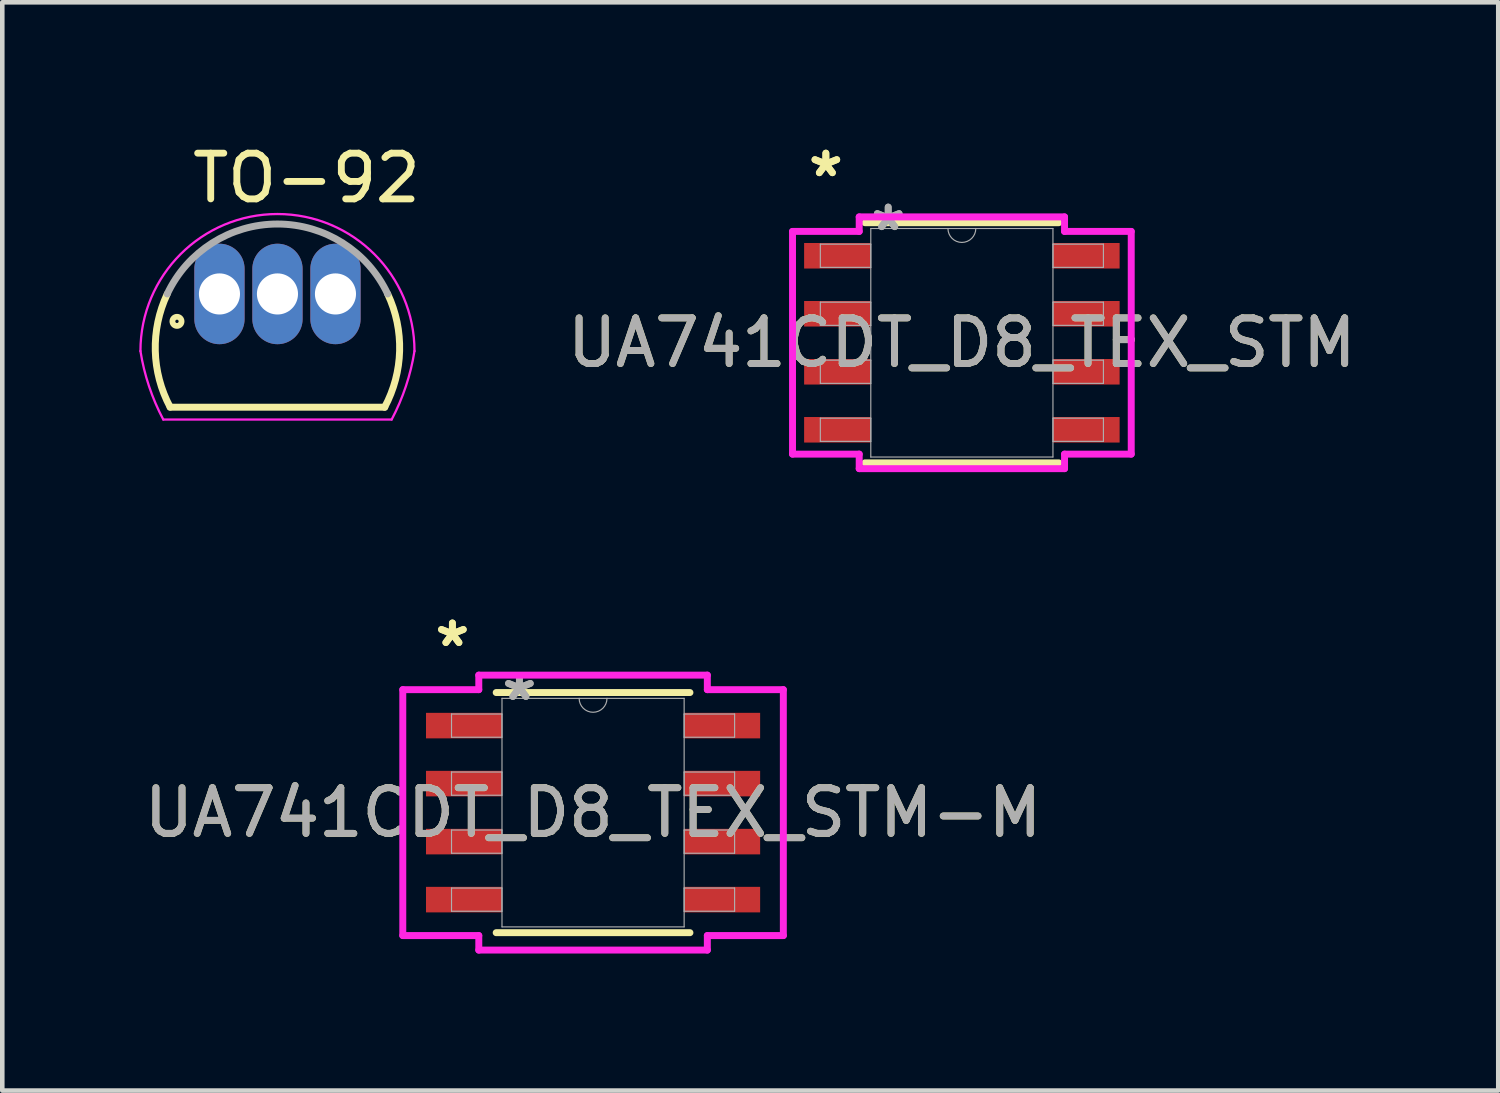
<source format=kicad_pcb>
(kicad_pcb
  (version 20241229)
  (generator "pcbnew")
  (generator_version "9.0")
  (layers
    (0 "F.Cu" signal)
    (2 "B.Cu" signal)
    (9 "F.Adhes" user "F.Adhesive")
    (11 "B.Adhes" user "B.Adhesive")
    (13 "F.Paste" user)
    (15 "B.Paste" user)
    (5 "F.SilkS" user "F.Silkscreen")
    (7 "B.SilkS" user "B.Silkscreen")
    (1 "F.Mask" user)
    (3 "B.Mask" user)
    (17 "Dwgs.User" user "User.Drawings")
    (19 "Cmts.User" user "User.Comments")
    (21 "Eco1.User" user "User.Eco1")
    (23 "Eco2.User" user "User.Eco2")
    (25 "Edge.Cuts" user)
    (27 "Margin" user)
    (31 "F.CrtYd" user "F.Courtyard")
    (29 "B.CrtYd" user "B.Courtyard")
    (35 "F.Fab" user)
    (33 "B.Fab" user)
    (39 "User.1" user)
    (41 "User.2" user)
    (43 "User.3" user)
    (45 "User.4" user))
  (footprint "TO-92"
    (layer "F.Cu")
    (at 3.025 3.386)
    (property "Reference" "TO-92" (at 0.636 -2.537 0) (layer "F.SilkS") (effects (font (size 1.001 1.001) (thickness 0.15))))
    (attr through_hole)
    (fp_line (start -2.35 2.48) (end 2.35 2.48) (stroke (width 0.152) (type solid)) (layer "F.SilkS"))
    (fp_arc (start -2.34967 2.47792) (mid -2.675039 1.246466) (end -2.413 0) (stroke (width 0.1524) (type solid)) (layer "F.SilkS"))
    (fp_arc (start 2.413 0) (mid 2.674624 1.248315) (end 2.34653 2.48083) (stroke (width 0.1524) (type solid)) (layer "F.SilkS"))
    (fp_circle (center -2.2 0.6) (end -2.1 0.6) (stroke (width 0.127) (type solid)) (fill no) (layer "F.SilkS"))
    (fp_line (start -2.5 2.75) (end 2.5 2.75) (stroke (width 0.05) (type solid)) (layer "F.CrtYd"))
    (fp_arc (start -3 1.25) (mid 0 -1.75) (end 3 1.25) (stroke (width 0.05) (type solid)) (layer "F.CrtYd"))
    (fp_arc (start -2.5 2.75) (mid -2.812072 2.020691) (end -3 1.25) (stroke (width 0.05) (type solid)) (layer "F.CrtYd"))
    (fp_arc (start 3 1.25) (mid 2.812072 2.020691) (end 2.5 2.75) (stroke (width 0.05) (type solid)) (layer "F.CrtYd"))
    (fp_arc (start -2.413 0) (mid 0 -1.531085) (end 2.413 0) (stroke (width 0.1524) (type solid)) (layer "F.Fab"))
    (pad "1" thru_hole oval (at -1.27 0) (size 1.1 2.2) (drill 0.9) (layers "*.Cu" "*.Mask"))
    (pad "2" thru_hole oval (at 0 0) (size 1.1 2.2) (drill 0.9) (layers "*.Cu" "*.Mask"))
    (pad "3" thru_hole oval (at 1.27 0) (size 1.1 2.2) (drill 0.9) (layers "*.Cu" "*.Mask")))
  (footprint "UA741CDT_D8_TEX_STM-M"
    (layer "F.Cu")
    (at 9.935 14.742)
    (property "Reference" "UA741CDT_D8_TEX_STM-M" (at 0 0 0) (unlocked yes) (layer "F.SilkS") (effects (font (size 1 1) (thickness 0.15))))
    (attr smd)
    (fp_line (start -2.121 2.629) (end 2.121 2.629) (stroke (width 0.152) (type solid)) (layer "F.SilkS"))
    (fp_line (start 2.121 -2.629) (end -2.121 -2.629) (stroke (width 0.152) (type solid)) (layer "F.SilkS"))
    (fp_line (start -4.166 -2.692) (end -2.502 -2.692) (stroke (width 0.152) (type solid)) (layer "F.CrtYd"))
    (fp_line (start -4.166 2.692) (end -4.166 -2.692) (stroke (width 0.152) (type solid)) (layer "F.CrtYd"))
    (fp_line (start -4.166 2.692) (end -2.502 2.692) (stroke (width 0.152) (type solid)) (layer "F.CrtYd"))
    (fp_line (start -2.502 -3.01) (end 2.502 -3.01) (stroke (width 0.152) (type solid)) (layer "F.CrtYd"))
    (fp_line (start -2.502 -2.692) (end -2.502 -3.01) (stroke (width 0.152) (type solid)) (layer "F.CrtYd"))
    (fp_line (start -2.502 3.01) (end -2.502 2.692) (stroke (width 0.152) (type solid)) (layer "F.CrtYd"))
    (fp_line (start 2.502 -3.01) (end 2.502 -2.692) (stroke (width 0.152) (type solid)) (layer "F.CrtYd"))
    (fp_line (start 2.502 2.692) (end 2.502 3.01) (stroke (width 0.152) (type solid)) (layer "F.CrtYd"))
    (fp_line (start 2.502 3.01) (end -2.502 3.01) (stroke (width 0.152) (type solid)) (layer "F.CrtYd"))
    (fp_line (start 4.166 -2.692) (end 2.502 -2.692) (stroke (width 0.152) (type solid)) (layer "F.CrtYd"))
    (fp_line (start 4.166 -2.692) (end 4.166 2.692) (stroke (width 0.152) (type solid)) (layer "F.CrtYd"))
    (fp_line (start 4.166 2.692) (end 2.502 2.692) (stroke (width 0.152) (type solid)) (layer "F.CrtYd"))
    (fp_line (start -3.099 -2.159) (end -3.099 -1.651) (stroke (width 0.025) (type solid)) (layer "F.Fab"))
    (fp_line (start -3.099 -1.651) (end -1.994 -1.651) (stroke (width 0.025) (type solid)) (layer "F.Fab"))
    (fp_line (start -3.099 -0.889) (end -3.099 -0.381) (stroke (width 0.025) (type solid)) (layer "F.Fab"))
    (fp_line (start -3.099 -0.381) (end -1.994 -0.381) (stroke (width 0.025) (type solid)) (layer "F.Fab"))
    (fp_line (start -3.099 0.381) (end -3.099 0.889) (stroke (width 0.025) (type solid)) (layer "F.Fab"))
    (fp_line (start -3.099 0.889) (end -1.994 0.889) (stroke (width 0.025) (type solid)) (layer "F.Fab"))
    (fp_line (start -3.099 1.651) (end -3.099 2.159) (stroke (width 0.025) (type solid)) (layer "F.Fab"))
    (fp_line (start -3.099 2.159) (end -1.994 2.159) (stroke (width 0.025) (type solid)) (layer "F.Fab"))
    (fp_line (start -1.994 -2.502) (end -1.994 2.502) (stroke (width 0.025) (type solid)) (layer "F.Fab"))
    (fp_line (start -1.994 -2.159) (end -3.099 -2.159) (stroke (width 0.025) (type solid)) (layer "F.Fab"))
    (fp_line (start -1.994 -1.651) (end -1.994 -2.159) (stroke (width 0.025) (type solid)) (layer "F.Fab"))
    (fp_line (start -1.994 -0.889) (end -3.099 -0.889) (stroke (width 0.025) (type solid)) (layer "F.Fab"))
    (fp_line (start -1.994 -0.381) (end -1.994 -0.889) (stroke (width 0.025) (type solid)) (layer "F.Fab"))
    (fp_line (start -1.994 0.381) (end -3.099 0.381) (stroke (width 0.025) (type solid)) (layer "F.Fab"))
    (fp_line (start -1.994 0.889) (end -1.994 0.381) (stroke (width 0.025) (type solid)) (layer "F.Fab"))
    (fp_line (start -1.994 1.651) (end -3.099 1.651) (stroke (width 0.025) (type solid)) (layer "F.Fab"))
    (fp_line (start -1.994 2.159) (end -1.994 1.651) (stroke (width 0.025) (type solid)) (layer "F.Fab"))
    (fp_line (start -1.994 2.502) (end 1.994 2.502) (stroke (width 0.025) (type solid)) (layer "F.Fab"))
    (fp_line (start 1.994 -2.502) (end -1.994 -2.502) (stroke (width 0.025) (type solid)) (layer "F.Fab"))
    (fp_line (start 1.994 -2.159) (end 1.994 -1.651) (stroke (width 0.025) (type solid)) (layer "F.Fab"))
    (fp_line (start 1.994 -1.651) (end 3.099 -1.651) (stroke (width 0.025) (type solid)) (layer "F.Fab"))
    (fp_line (start 1.994 -0.889) (end 1.994 -0.381) (stroke (width 0.025) (type solid)) (layer "F.Fab"))
    (fp_line (start 1.994 -0.381) (end 3.099 -0.381) (stroke (width 0.025) (type solid)) (layer "F.Fab"))
    (fp_line (start 1.994 0.381) (end 1.994 0.889) (stroke (width 0.025) (type solid)) (layer "F.Fab"))
    (fp_line (start 1.994 0.889) (end 3.099 0.889) (stroke (width 0.025) (type solid)) (layer "F.Fab"))
    (fp_line (start 1.994 1.651) (end 1.994 2.159) (stroke (width 0.025) (type solid)) (layer "F.Fab"))
    (fp_line (start 1.994 2.159) (end 3.099 2.159) (stroke (width 0.025) (type solid)) (layer "F.Fab"))
    (fp_line (start 1.994 2.502) (end 1.994 -2.502) (stroke (width 0.025) (type solid)) (layer "F.Fab"))
    (fp_line (start 3.099 -2.159) (end 1.994 -2.159) (stroke (width 0.025) (type solid)) (layer "F.Fab"))
    (fp_line (start 3.099 -1.651) (end 3.099 -2.159) (stroke (width 0.025) (type solid)) (layer "F.Fab"))
    (fp_line (start 3.099 -0.889) (end 1.994 -0.889) (stroke (width 0.025) (type solid)) (layer "F.Fab"))
    (fp_line (start 3.099 -0.381) (end 3.099 -0.889) (stroke (width 0.025) (type solid)) (layer "F.Fab"))
    (fp_line (start 3.099 0.381) (end 1.994 0.381) (stroke (width 0.025) (type solid)) (layer "F.Fab"))
    (fp_line (start 3.099 0.889) (end 3.099 0.381) (stroke (width 0.025) (type solid)) (layer "F.Fab"))
    (fp_line (start 3.099 1.651) (end 1.994 1.651) (stroke (width 0.025) (type solid)) (layer "F.Fab"))
    (fp_line (start 3.099 2.159) (end 3.099 1.651) (stroke (width 0.025) (type solid)) (layer "F.Fab"))
    (fp_arc (start 0.3048 -2.5019) (mid 0 -2.1971) (end -0.3048 -2.5019) (stroke (width 0.0254) (type solid)) (layer "F.Fab"))
    (fp_text user "*" (at -3.08 -3.607 0) (layer "F.SilkS") (effects (font (size 1 1) (thickness 0.15))))
    (fp_text user "*" (at -3.08 -3.607 0) (unlocked yes) (layer "F.SilkS") (effects (font (size 1 1) (thickness 0.15))))
    (fp_text user "*" (at -1.613 -2.426 0) (layer "F.Fab") (effects (font (size 1 1) (thickness 0.15))))
    (fp_text user "${REFERENCE}" (at 0 0 0) (unlocked yes) (layer "F.Fab") (effects (font (size 1 1) (thickness 0.15))))
    (fp_text user "*" (at -1.613 -2.426 0) (unlocked yes) (layer "F.Fab") (effects (font (size 1 1) (thickness 0.15))))
    (pad "1" smd rect (at -2.826 -1.905) (size 1.664 0.559) (layers "F.Cu" "F.Mask" "F.Paste"))
    (pad "2" smd rect (at -2.826 -0.635) (size 1.664 0.559) (layers "F.Cu" "F.Mask" "F.Paste"))
    (pad "3" smd rect (at -2.826 0.635) (size 1.664 0.559) (layers "F.Cu" "F.Mask" "F.Paste"))
    (pad "4" smd rect (at -2.826 1.905) (size 1.664 0.559) (layers "F.Cu" "F.Mask" "F.Paste"))
    (pad "5" smd rect (at 2.826 1.905) (size 1.664 0.559) (layers "F.Cu" "F.Mask" "F.Paste"))
    (pad "6" smd rect (at 2.826 0.635) (size 1.664 0.559) (layers "F.Cu" "F.Mask" "F.Paste"))
    (pad "7" smd rect (at 2.826 -0.635) (size 1.664 0.559) (layers "F.Cu" "F.Mask" "F.Paste"))
    (pad "8" smd rect (at 2.826 -1.905) (size 1.664 0.559) (layers "F.Cu" "F.Mask" "F.Paste")))
  (footprint "UA741CDT_D8_TEX_STM"
    (layer "F.Cu")
    (at 18.01 4.455)
    (property "Reference" "UA741CDT_D8_TEX_STM" (at 0 0 0) (unlocked yes) (layer "F.SilkS") (effects (font (size 1 1) (thickness 0.15))))
    (attr smd)
    (fp_line (start -2.121 2.629) (end 2.121 2.629) (stroke (width 0.152) (type solid)) (layer "F.SilkS"))
    (fp_line (start 2.121 -2.629) (end -2.121 -2.629) (stroke (width 0.152) (type solid)) (layer "F.SilkS"))
    (fp_line (start -3.708 -2.438) (end -2.248 -2.438) (stroke (width 0.152) (type solid)) (layer "F.CrtYd"))
    (fp_line (start -3.708 2.438) (end -3.708 -2.438) (stroke (width 0.152) (type solid)) (layer "F.CrtYd"))
    (fp_line (start -3.708 2.438) (end -2.248 2.438) (stroke (width 0.152) (type solid)) (layer "F.CrtYd"))
    (fp_line (start -2.248 -2.756) (end 2.248 -2.756) (stroke (width 0.152) (type solid)) (layer "F.CrtYd"))
    (fp_line (start -2.248 -2.438) (end -2.248 -2.756) (stroke (width 0.152) (type solid)) (layer "F.CrtYd"))
    (fp_line (start -2.248 2.756) (end -2.248 2.438) (stroke (width 0.152) (type solid)) (layer "F.CrtYd"))
    (fp_line (start 2.248 -2.756) (end 2.248 -2.438) (stroke (width 0.152) (type solid)) (layer "F.CrtYd"))
    (fp_line (start 2.248 2.438) (end 2.248 2.756) (stroke (width 0.152) (type solid)) (layer "F.CrtYd"))
    (fp_line (start 2.248 2.756) (end -2.248 2.756) (stroke (width 0.152) (type solid)) (layer "F.CrtYd"))
    (fp_line (start 3.708 -2.438) (end 2.248 -2.438) (stroke (width 0.152) (type solid)) (layer "F.CrtYd"))
    (fp_line (start 3.708 -2.438) (end 3.708 2.438) (stroke (width 0.152) (type solid)) (layer "F.CrtYd"))
    (fp_line (start 3.708 2.438) (end 2.248 2.438) (stroke (width 0.152) (type solid)) (layer "F.CrtYd"))
    (fp_line (start -3.099 -2.159) (end -3.099 -1.651) (stroke (width 0.025) (type solid)) (layer "F.Fab"))
    (fp_line (start -3.099 -1.651) (end -1.994 -1.651) (stroke (width 0.025) (type solid)) (layer "F.Fab"))
    (fp_line (start -3.099 -0.889) (end -3.099 -0.381) (stroke (width 0.025) (type solid)) (layer "F.Fab"))
    (fp_line (start -3.099 -0.381) (end -1.994 -0.381) (stroke (width 0.025) (type solid)) (layer "F.Fab"))
    (fp_line (start -3.099 0.381) (end -3.099 0.889) (stroke (width 0.025) (type solid)) (layer "F.Fab"))
    (fp_line (start -3.099 0.889) (end -1.994 0.889) (stroke (width 0.025) (type solid)) (layer "F.Fab"))
    (fp_line (start -3.099 1.651) (end -3.099 2.159) (stroke (width 0.025) (type solid)) (layer "F.Fab"))
    (fp_line (start -3.099 2.159) (end -1.994 2.159) (stroke (width 0.025) (type solid)) (layer "F.Fab"))
    (fp_line (start -1.994 -2.502) (end -1.994 2.502) (stroke (width 0.025) (type solid)) (layer "F.Fab"))
    (fp_line (start -1.994 -2.159) (end -3.099 -2.159) (stroke (width 0.025) (type solid)) (layer "F.Fab"))
    (fp_line (start -1.994 -1.651) (end -1.994 -2.159) (stroke (width 0.025) (type solid)) (layer "F.Fab"))
    (fp_line (start -1.994 -0.889) (end -3.099 -0.889) (stroke (width 0.025) (type solid)) (layer "F.Fab"))
    (fp_line (start -1.994 -0.381) (end -1.994 -0.889) (stroke (width 0.025) (type solid)) (layer "F.Fab"))
    (fp_line (start -1.994 0.381) (end -3.099 0.381) (stroke (width 0.025) (type solid)) (layer "F.Fab"))
    (fp_line (start -1.994 0.889) (end -1.994 0.381) (stroke (width 0.025) (type solid)) (layer "F.Fab"))
    (fp_line (start -1.994 1.651) (end -3.099 1.651) (stroke (width 0.025) (type solid)) (layer "F.Fab"))
    (fp_line (start -1.994 2.159) (end -1.994 1.651) (stroke (width 0.025) (type solid)) (layer "F.Fab"))
    (fp_line (start -1.994 2.502) (end 1.994 2.502) (stroke (width 0.025) (type solid)) (layer "F.Fab"))
    (fp_line (start 1.994 -2.502) (end -1.994 -2.502) (stroke (width 0.025) (type solid)) (layer "F.Fab"))
    (fp_line (start 1.994 -2.159) (end 1.994 -1.651) (stroke (width 0.025) (type solid)) (layer "F.Fab"))
    (fp_line (start 1.994 -1.651) (end 3.099 -1.651) (stroke (width 0.025) (type solid)) (layer "F.Fab"))
    (fp_line (start 1.994 -0.889) (end 1.994 -0.381) (stroke (width 0.025) (type solid)) (layer "F.Fab"))
    (fp_line (start 1.994 -0.381) (end 3.099 -0.381) (stroke (width 0.025) (type solid)) (layer "F.Fab"))
    (fp_line (start 1.994 0.381) (end 1.994 0.889) (stroke (width 0.025) (type solid)) (layer "F.Fab"))
    (fp_line (start 1.994 0.889) (end 3.099 0.889) (stroke (width 0.025) (type solid)) (layer "F.Fab"))
    (fp_line (start 1.994 1.651) (end 1.994 2.159) (stroke (width 0.025) (type solid)) (layer "F.Fab"))
    (fp_line (start 1.994 2.159) (end 3.099 2.159) (stroke (width 0.025) (type solid)) (layer "F.Fab"))
    (fp_line (start 1.994 2.502) (end 1.994 -2.502) (stroke (width 0.025) (type solid)) (layer "F.Fab"))
    (fp_line (start 3.099 -2.159) (end 1.994 -2.159) (stroke (width 0.025) (type solid)) (layer "F.Fab"))
    (fp_line (start 3.099 -1.651) (end 3.099 -2.159) (stroke (width 0.025) (type solid)) (layer "F.Fab"))
    (fp_line (start 3.099 -0.889) (end 1.994 -0.889) (stroke (width 0.025) (type solid)) (layer "F.Fab"))
    (fp_line (start 3.099 -0.381) (end 3.099 -0.889) (stroke (width 0.025) (type solid)) (layer "F.Fab"))
    (fp_line (start 3.099 0.381) (end 1.994 0.381) (stroke (width 0.025) (type solid)) (layer "F.Fab"))
    (fp_line (start 3.099 0.889) (end 3.099 0.381) (stroke (width 0.025) (type solid)) (layer "F.Fab"))
    (fp_line (start 3.099 1.651) (end 1.994 1.651) (stroke (width 0.025) (type solid)) (layer "F.Fab"))
    (fp_line (start 3.099 2.159) (end 3.099 1.651) (stroke (width 0.025) (type solid)) (layer "F.Fab"))
    (fp_arc (start 0.3048 -2.5019) (mid 0 -2.1971) (end -0.3048 -2.5019) (stroke (width 0.0254) (type solid)) (layer "F.Fab"))
    (fp_text user "*" (at -2.978 -3.607 0) (layer "F.SilkS") (effects (font (size 1 1) (thickness 0.15))))
    (fp_text user "*" (at -2.978 -3.607 0) (unlocked yes) (layer "F.SilkS") (effects (font (size 1 1) (thickness 0.15))))
    (fp_text user "${REFERENCE}" (at 0 0 0) (unlocked yes) (layer "F.Fab") (effects (font (size 1 1) (thickness 0.15))))
    (fp_text user "*" (at -1.613 -2.426 0) (layer "F.Fab") (effects (font (size 1 1) (thickness 0.15))))
    (fp_text user "*" (at -1.613 -2.426 0) (unlocked yes) (layer "F.Fab") (effects (font (size 1 1) (thickness 0.15))))
    (pad "1" smd rect (at -2.724 -1.905) (size 1.46 0.559) (layers "F.Cu" "F.Mask" "F.Paste"))
    (pad "2" smd rect (at -2.724 -0.635) (size 1.46 0.559) (layers "F.Cu" "F.Mask" "F.Paste"))
    (pad "3" smd rect (at -2.724 0.635) (size 1.46 0.559) (layers "F.Cu" "F.Mask" "F.Paste"))
    (pad "4" smd rect (at -2.724 1.905) (size 1.46 0.559) (layers "F.Cu" "F.Mask" "F.Paste"))
    (pad "5" smd rect (at 2.724 1.905) (size 1.46 0.559) (layers "F.Cu" "F.Mask" "F.Paste"))
    (pad "6" smd rect (at 2.724 0.635) (size 1.46 0.559) (layers "F.Cu" "F.Mask" "F.Paste"))
    (pad "7" smd rect (at 2.724 -0.635) (size 1.46 0.559) (layers "F.Cu" "F.Mask" "F.Paste"))
    (pad "8" smd rect (at 2.724 -1.905) (size 1.46 0.559) (layers "F.Cu" "F.Mask" "F.Paste")))
  (gr_rect
    (start -3 -3)
    (end 29.754 20.828)
    (stroke (width 0.1) (type default))
    (fill no)
    (layer "Edge.Cuts")))
</source>
